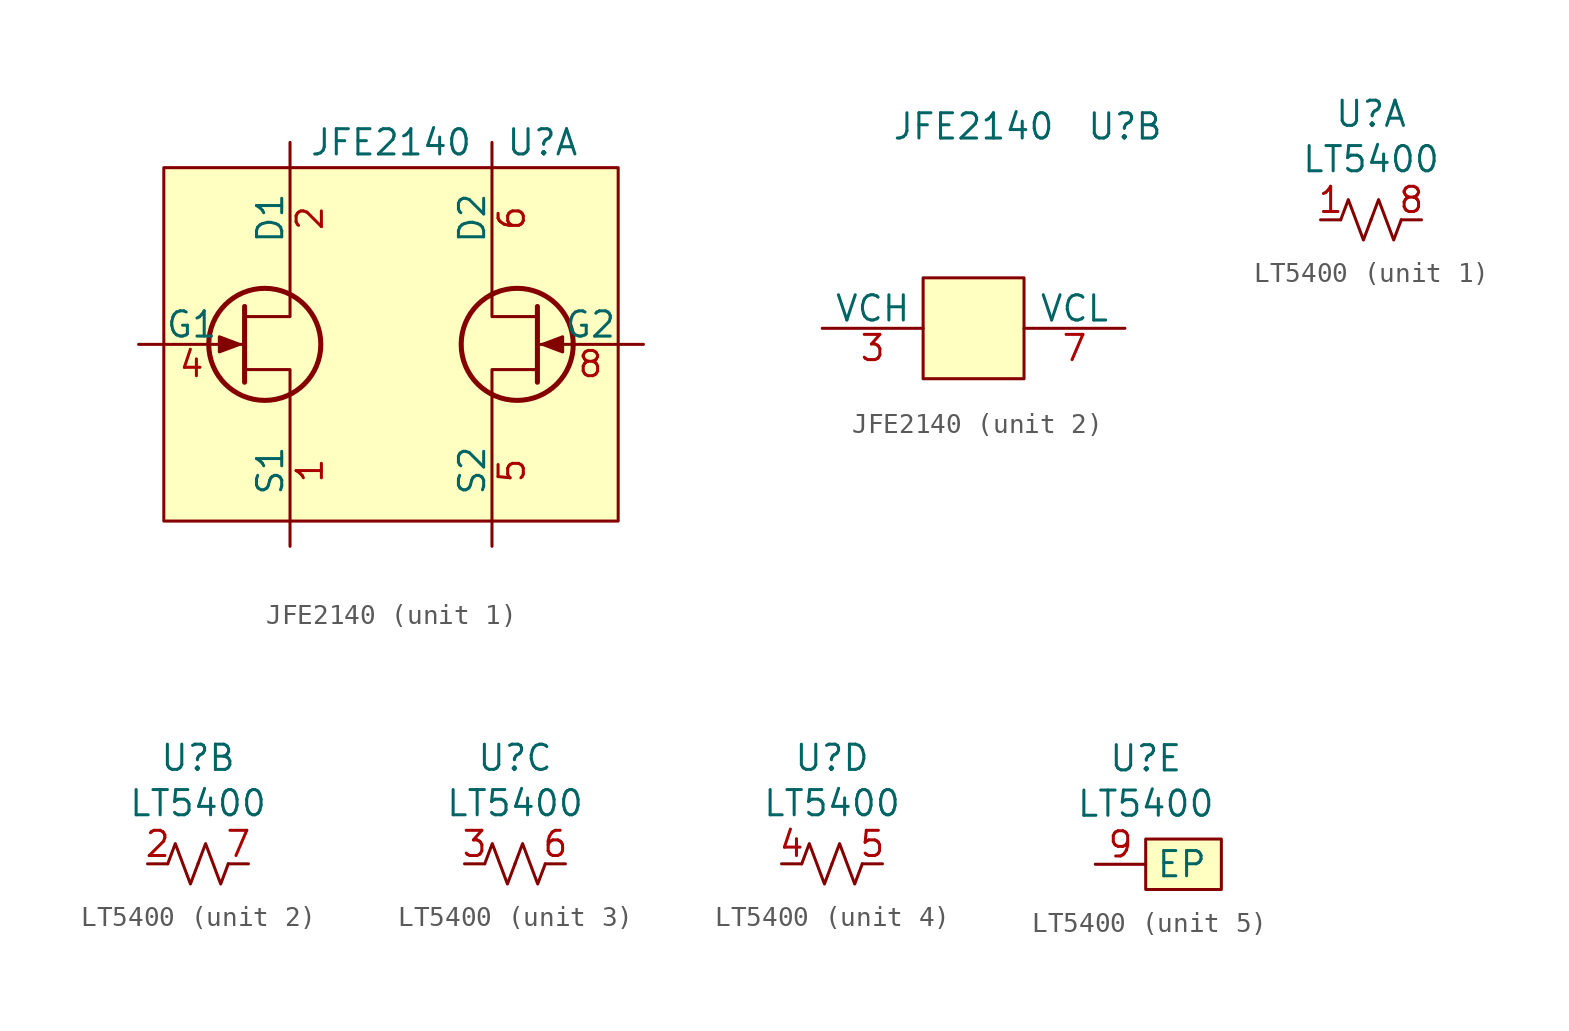
<source format=kicad_sym>
(kicad_symbol_lib
  (version 20231120)
  (generator "kicad_symbol_editor")
  (generator_version "8.0")
  (symbol "JFE2140"
    (pin_names
      (offset 0))
    (property "Reference" "U"
      (at 7.62 10.16 0)
      (effects (font (size 1.27 1.27))))
    (property "Value" "JFE2140"
      (at 0 10.16 0)
      (effects (font (size 1.27 1.27))))
    (property "ki_locked" ""
      (at 0 0 0)
      (effects (font (size 1.27 1.27))))
    (symbol "JFE2140_1_1"
      (circle (center -6.35 0) (radius 2.819) (stroke (width 0.254) (type default)) (fill (type none)))
      (polyline (pts (xy -7.366 1.905) (xy -7.366 -1.905) (xy -7.366 -1.905)) (stroke (width 0.254) (type default)) (fill (type none)))
      (polyline (pts (xy -5.08 -2.54) (xy -5.08 -1.27) (xy -7.366 -1.27)) (stroke (width 0) (type default)) (fill (type none)))
      (polyline (pts (xy -5.08 2.54) (xy -5.08 1.397) (xy -7.366 1.397)) (stroke (width 0) (type default)) (fill (type none)))
      (polyline (pts (xy 5.08 -2.54) (xy 5.08 -1.27) (xy 7.366 -1.27)) (stroke (width 0) (type default)) (fill (type none)))
      (polyline (pts (xy 5.08 2.54) (xy 5.08 1.397) (xy 7.366 1.397)) (stroke (width 0) (type default)) (fill (type none)))
      (polyline (pts (xy 7.366 1.905) (xy 7.366 -1.905) (xy 7.366 -1.905)) (stroke (width 0.254) (type default)) (fill (type none)))
      (polyline (pts (xy -7.62 0) (xy -8.636 0.381) (xy -8.636 -0.381) (xy -7.62 0)) (stroke (width 0) (type default)) (fill (type outline)))
      (polyline (pts (xy 7.62 0) (xy 8.636 0.381) (xy 8.636 -0.381) (xy 7.62 0)) (stroke (width 0) (type default)) (fill (type outline)))
      (polyline (pts (xy -11.43 -6.35) (xy -11.43 7.62) (xy -11.43 8.89) (xy 11.43 8.89) (xy 11.43 -8.89) (xy -11.43 -8.89) (xy -11.43 -6.35)) (stroke (width 0) (type default)) (fill (type background)))
      (circle (center 6.35 0) (radius 2.819) (stroke (width 0.254) (type default)) (fill (type none)))
      (pin passive line (at -5.08 -10.16 90) (length 7.62) (name "S1" (effects (font (size 1.27 1.27)))) (number "1" (effects (font (size 1.27 1.27)))))
      (pin passive line (at -5.08 10.16 270) (length 7.62) (name "D1" (effects (font (size 1.27 1.27)))) (number "2" (effects (font (size 1.27 1.27)))))
      (pin input line (at -12.7 0 0) (length 5.334) (name "G1" (effects (font (size 1.27 1.27)))) (number "4" (effects (font (size 1.27 1.27)))))
      (pin passive line (at 5.08 -10.16 90) (length 7.62) (name "S2" (effects (font (size 1.27 1.27)))) (number "5" (effects (font (size 1.27 1.27)))))
      (pin passive line (at 5.08 10.16 270) (length 7.62) (name "D2" (effects (font (size 1.27 1.27)))) (number "6" (effects (font (size 1.27 1.27)))))
      (pin input line (at 12.7 0 180) (length 5.334) (name "G2" (effects (font (size 1.27 1.27)))) (number "8" (effects (font (size 1.27 1.27))))))
    (symbol "JFE2140_2_1"
      (rectangle (start -2.54 2.54) (end 2.54 -2.54) (stroke (width 0) (type default)) (fill (type background)))
      (pin passive line (at -7.62 0 0) (length 5.08) (name "VCH" (effects (font (size 1.27 1.27)))) (number "3" (effects (font (size 1.27 1.27)))))
      (pin passive line (at 7.62 0 180) (length 5.08) (name "VCL" (effects (font (size 1.27 1.27)))) (number "7" (effects (font (size 1.27 1.27)))))))
  (symbol "LT5400"
    (property "Reference" "U"
      (at 0 5.334 0)
      (effects (font (size 1.27 1.27))))
    (property "Value" "LT5400"
      (at 0 3.048 0)
      (effects (font (size 1.27 1.27))))
    (property "ki_locked" ""
      (at 0 0 0)
      (effects (font (size 1.27 1.27))))
    (symbol "LT5400_1_1"
      (polyline (pts (xy -1.524 0) (xy -1.143 1.016) (xy -0.762 0) (xy -0.381 -1.016) (xy 0 0)) (stroke (width 0) (type default)) (fill (type none)))
      (polyline (pts (xy 0 0) (xy 0.381 1.016) (xy 0.762 0) (xy 1.143 -1.016) (xy 1.524 0)) (stroke (width 0) (type default)) (fill (type none)))
      (pin bidirectional line (at -2.54 0 0) (length 1.016) (name "" (effects (font (size 1.27 1.27)))) (number "1" (effects (font (size 1.27 1.27)))))
      (pin bidirectional line (at 2.54 0 180) (length 1.016) (name "" (effects (font (size 1.27 1.27)))) (number "8" (effects (font (size 1.27 1.27))))))
    (symbol "LT5400_2_1"
      (polyline (pts (xy -1.524 0) (xy -1.143 1.016) (xy -0.762 0) (xy -0.381 -1.016) (xy 0 0)) (stroke (width 0) (type default)) (fill (type none)))
      (polyline (pts (xy 0 0) (xy 0.381 1.016) (xy 0.762 0) (xy 1.143 -1.016) (xy 1.524 0)) (stroke (width 0) (type default)) (fill (type none)))
      (pin bidirectional line (at -2.54 0 0) (length 1.016) (name "" (effects (font (size 1.27 1.27)))) (number "2" (effects (font (size 1.27 1.27)))))
      (pin bidirectional line (at 2.54 0 180) (length 1.016) (name "" (effects (font (size 1.27 1.27)))) (number "7" (effects (font (size 1.27 1.27))))))
    (symbol "LT5400_3_1"
      (polyline (pts (xy -1.524 0) (xy -1.143 1.016) (xy -0.762 0) (xy -0.381 -1.016) (xy 0 0)) (stroke (width 0) (type default)) (fill (type none)))
      (polyline (pts (xy 0 0) (xy 0.381 1.016) (xy 0.762 0) (xy 1.143 -1.016) (xy 1.524 0)) (stroke (width 0) (type default)) (fill (type none)))
      (pin bidirectional line (at -2.54 0 0) (length 1.016) (name "" (effects (font (size 1.27 1.27)))) (number "3" (effects (font (size 1.27 1.27)))))
      (pin bidirectional line (at 2.54 0 180) (length 1.016) (name "" (effects (font (size 1.27 1.27)))) (number "6" (effects (font (size 1.27 1.27))))))
    (symbol "LT5400_4_1"
      (polyline (pts (xy -1.524 0) (xy -1.143 1.016) (xy -0.762 0) (xy -0.381 -1.016) (xy 0 0)) (stroke (width 0) (type default)) (fill (type none)))
      (polyline (pts (xy 0 0) (xy 0.381 1.016) (xy 0.762 0) (xy 1.143 -1.016) (xy 1.524 0)) (stroke (width 0) (type default)) (fill (type none)))
      (pin bidirectional line (at -2.54 0 0) (length 1.016) (name "" (effects (font (size 1.27 1.27)))) (number "4" (effects (font (size 1.27 1.27)))))
      (pin bidirectional line (at 2.54 0 180) (length 1.016) (name "" (effects (font (size 1.27 1.27)))) (number "5" (effects (font (size 1.27 1.27))))))
    (symbol "LT5400_5_1"
      (rectangle (start 0 1.27) (end 3.81 -1.27) (stroke (width 0) (type default)) (fill (type background)))
      (pin bidirectional line (at -2.54 0 0) (length 2.54) (name "EP" (effects (font (size 1.27 1.27)))) (number "9" (effects (font (size 1.27 1.27))))))))
</source>
